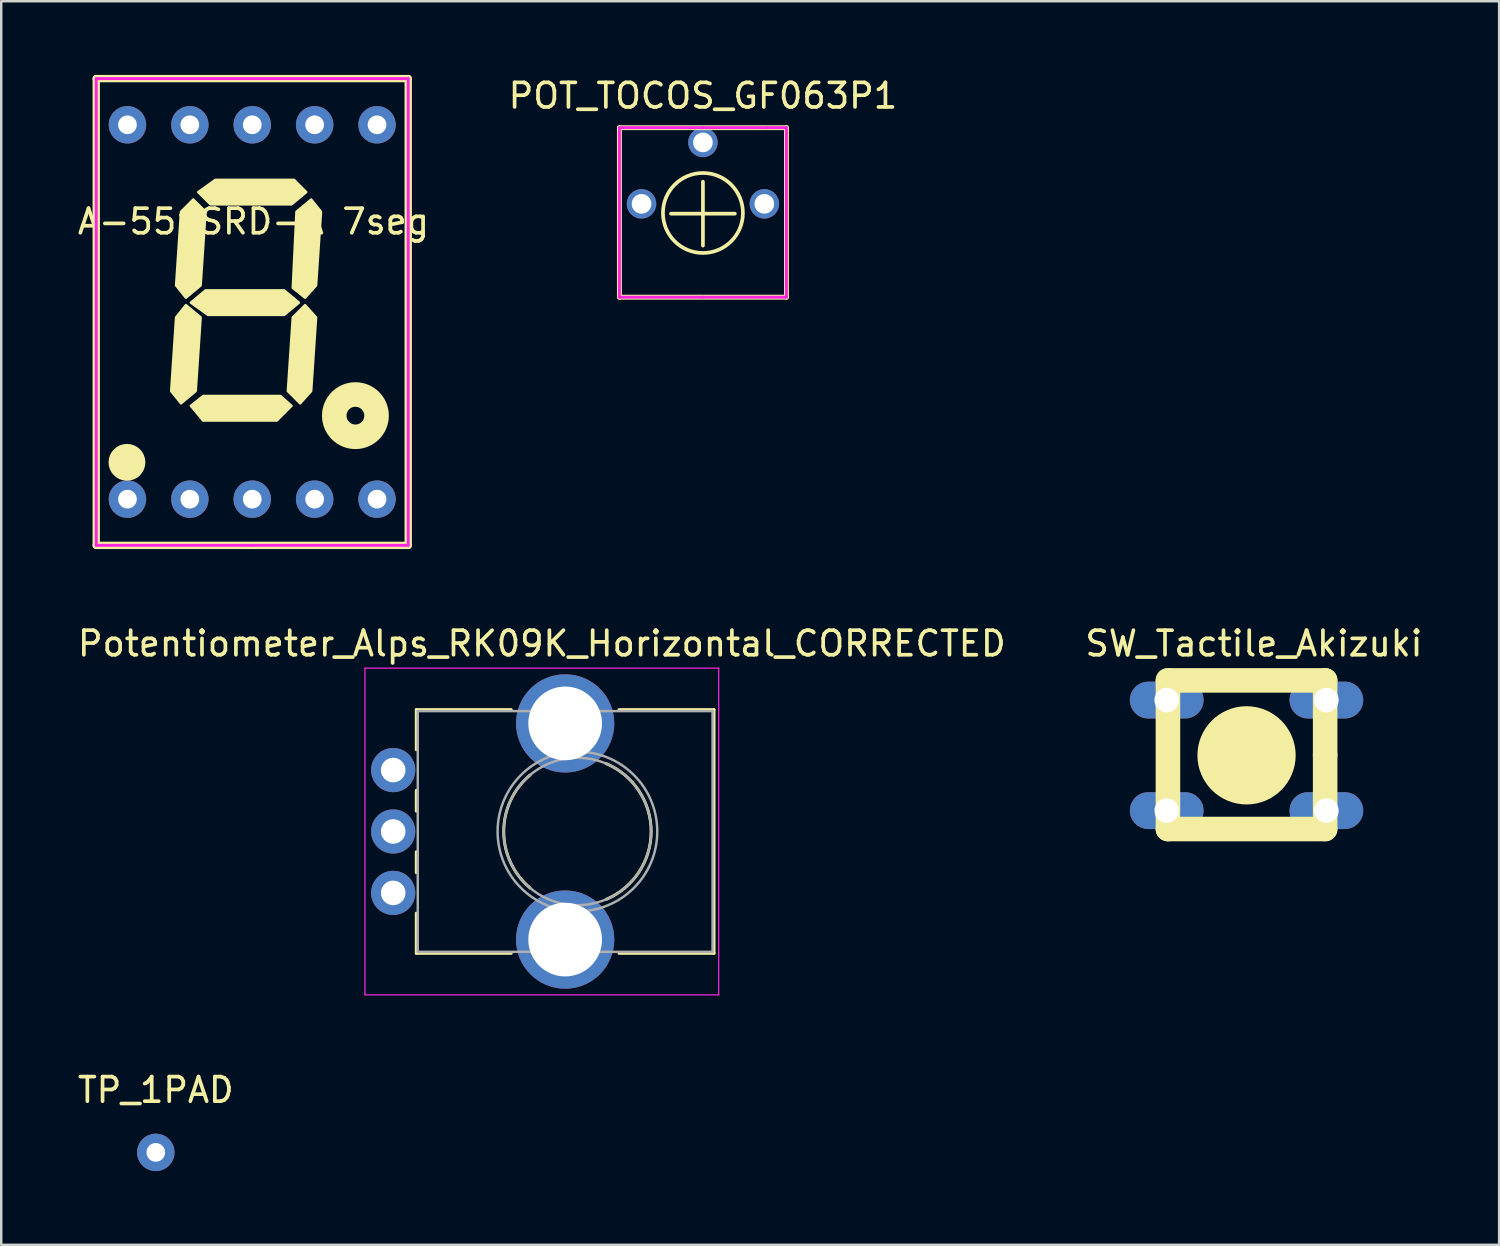
<source format=kicad_pcb>
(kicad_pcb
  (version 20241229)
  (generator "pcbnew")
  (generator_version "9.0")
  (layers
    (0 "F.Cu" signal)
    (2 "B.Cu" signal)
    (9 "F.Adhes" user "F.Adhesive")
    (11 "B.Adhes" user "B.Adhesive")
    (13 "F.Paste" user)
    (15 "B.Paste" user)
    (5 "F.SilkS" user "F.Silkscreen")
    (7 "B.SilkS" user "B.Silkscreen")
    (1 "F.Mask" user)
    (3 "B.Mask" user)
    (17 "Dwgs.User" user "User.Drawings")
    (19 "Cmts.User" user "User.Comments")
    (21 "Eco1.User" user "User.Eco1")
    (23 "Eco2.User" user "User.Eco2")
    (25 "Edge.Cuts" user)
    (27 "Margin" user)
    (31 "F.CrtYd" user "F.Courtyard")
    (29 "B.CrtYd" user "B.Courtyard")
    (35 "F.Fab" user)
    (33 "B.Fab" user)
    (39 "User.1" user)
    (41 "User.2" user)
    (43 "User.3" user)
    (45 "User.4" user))
  (footprint "POT_TOCOS_GF063P1"
    (layer "F.Cu")
    (at 25.565 5.248)
    (property "Reference" "POT_TOCOS_GF063P1" (at 0 -4.4 0) (layer "F.SilkS") (effects (font (size 1 1) (thickness 0.15))))
    (attr through_hole)
    (fp_line (start -3.4 -3.1) (end -3.4 3.8) (stroke (width 0.2) (type solid)) (layer "F.SilkS"))
    (fp_line (start -3.4 3.8) (end 3.4 3.8) (stroke (width 0.2) (type solid)) (layer "F.SilkS"))
    (fp_line (start -1.3 0.4) (end 1.3 0.4) (stroke (width 0.15) (type solid)) (layer "F.SilkS"))
    (fp_line (start 0 -0.9) (end 0 1.7) (stroke (width 0.15) (type solid)) (layer "F.SilkS"))
    (fp_line (start 3.4 -3.1) (end -3.4 -3.1) (stroke (width 0.2) (type solid)) (layer "F.SilkS"))
    (fp_line (start 3.4 3.8) (end 3.4 -3.1) (stroke (width 0.2) (type solid)) (layer "F.SilkS"))
    (fp_circle (center 0 0.372) (end 1.1 1.572) (stroke (width 0.15) (type solid)) (fill no) (layer "F.SilkS"))
    (fp_line (start -3.4 -3.1) (end -3.4 -3) (stroke (width 0.12) (type solid)) (layer "F.CrtYd"))
    (fp_line (start -3.4 3.8) (end -3.4 -3) (stroke (width 0.12) (type solid)) (layer "F.CrtYd"))
    (fp_line (start 0 -3.1) (end -3.4 -3.1) (stroke (width 0.12) (type solid)) (layer "F.CrtYd"))
    (fp_line (start 0 -3.1) (end 2.6 -3.1) (stroke (width 0.12) (type solid)) (layer "F.CrtYd"))
    (fp_line (start 0 3.8) (end -3.4 3.8) (stroke (width 0.12) (type solid)) (layer "F.CrtYd"))
    (fp_line (start 3.4 -3.1) (end 2.6 -3.1) (stroke (width 0.12) (type solid)) (layer "F.CrtYd"))
    (fp_line (start 3.4 0) (end 3.4 -3.1) (stroke (width 0.12) (type solid)) (layer "F.CrtYd"))
    (fp_line (start 3.4 0) (end 3.4 3.8) (stroke (width 0.12) (type solid)) (layer "F.CrtYd"))
    (fp_line (start 3.4 3.8) (end 0 3.8) (stroke (width 0.12) (type solid)) (layer "F.CrtYd"))
    (pad "1" thru_hole circle (at -2.5 0) (size 1.2 1.2) (drill 0.8) (layers "*.Cu" "*.Mask"))
    (pad "2" thru_hole circle (at 0 -2.5) (size 1.2 1.2) (drill 0.8) (layers "*.Cu" "*.Mask"))
    (pad "3" thru_hole circle (at 2.5 0) (size 1.2 1.2) (drill 0.8) (layers "*.Cu" "*.Mask")))
  (footprint "TP_1PAD"
    (layer "F.Cu")
    (at 3.292 43.861)
    (property "Reference" "TP_1PAD" (at 0 -2.54 0) (layer "F.SilkS") (effects (font (size 1 1) (thickness 0.15))))
    (attr through_hole)
    (pad "1" thru_hole circle (at 0 0) (size 1.524 1.524) (drill 0.762) (layers "*.Cu" "*.Mask")))
  (footprint "A-551SRD-A 7seg"
    (layer "F.Cu")
    (at 7.218 17.27)
    (property "Reference" "A-551SRD-A 7seg" (at 0.05 -11.3 0) (layer "F.SilkS") (effects (font (size 1 1) (thickness 0.15))))
    (attr through_hole)
    (fp_line (start -6.35 -17.12) (end -6.35 1.88) (stroke (width 0.3) (type solid)) (layer "F.SilkS"))
    (fp_line (start -6.35 1.88) (end 6.35 1.88) (stroke (width 0.3) (type solid)) (layer "F.SilkS"))
    (fp_line (start 6.35 -17.12) (end -6.35 -17.12) (stroke (width 0.3) (type solid)) (layer "F.SilkS"))
    (fp_line (start 6.35 -17.12) (end 6.35 1.88) (stroke (width 0.3) (type solid)) (layer "F.SilkS"))
    (fp_circle (center -5.1 -1.5) (end -5.1 -1.5) (stroke (width 0.75) (type solid)) (fill no) (layer "F.SilkS"))
    (fp_circle (center 4.2 -3.4) (end 4.561 -3.4) (stroke (width 1) (type solid)) (fill no) (layer "F.SilkS"))
    (fp_poly (pts (xy -3.3 -4.4) (xy -2.9 -3.9) (xy -2.3 -4.4) (xy -2.1 -7.4) (xy -2.7 -7.9) (xy -3.1 -7.4)) (stroke (width 0.1) (type solid)) (fill yes) (layer "F.SilkS"))
    (fp_poly (pts (xy -3.1 -8.7) (xy -2.7 -8.2) (xy -2.1 -8.7) (xy -1.9 -11.7) (xy -2.4 -12.2) (xy -2.9 -11.7)) (stroke (width 0.1) (type solid)) (fill yes) (layer "F.SilkS"))
    (fp_poly (pts (xy -2 -4.2) (xy -2.5 -3.8) (xy -2 -3.2) (xy 1 -3.2) (xy 1.6 -3.8) (xy 1.15 -4.2)) (stroke (width 0.1) (type solid)) (fill yes) (layer "F.SilkS"))
    (fp_poly (pts (xy -1.9 -8.5) (xy -2.5 -8) (xy -1.8 -7.5) (xy 1.3 -7.5) (xy 1.9 -8) (xy 1.3 -8.5)) (stroke (width 0.1) (type solid)) (fill yes) (layer "F.SilkS"))
    (fp_poly (pts (xy -1.5 -13) (xy -2.2 -12.5) (xy -1.7 -12) (xy 1.6 -12) (xy 2.2 -12.5) (xy 1.7 -13)) (stroke (width 0.1) (type solid)) (fill yes) (layer "F.SilkS"))
    (fp_poly (pts (xy 1.45 -4.4) (xy 1.95 -3.9) (xy 2.4 -4.4) (xy 2.6 -7.4) (xy 2.15 -7.9) (xy 1.65 -7.4)) (stroke (width 0.1) (type solid)) (fill yes) (layer "F.SilkS"))
    (fp_poly (pts (xy 2.8 -11.7) (xy 2.4 -12.2) (xy 1.8 -11.7) (xy 1.65 -8.6) (xy 2.15 -8.2) (xy 2.6 -8.7)) (stroke (width 0.1) (type solid)) (fill yes) (layer "F.SilkS"))
    (fp_line (start -6.35 -17.12) (end 6.35 -17.12) (stroke (width 0.12) (type solid)) (layer "F.CrtYd"))
    (fp_line (start -6.35 1.88) (end -6.35 -17.12) (stroke (width 0.12) (type solid)) (layer "F.CrtYd"))
    (fp_line (start 0 1.88) (end -6.35 1.88) (stroke (width 0.12) (type solid)) (layer "F.CrtYd"))
    (fp_line (start 0 1.88) (end 6.35 1.88) (stroke (width 0.12) (type solid)) (layer "F.CrtYd"))
    (fp_line (start 6.35 -17.12) (end 6.35 1.88) (stroke (width 0.12) (type solid)) (layer "F.CrtYd"))
    (pad "1" thru_hole circle (at -5.08 0) (size 1.524 1.524) (drill 0.762) (layers "*.Cu" "*.Mask"))
    (pad "2" thru_hole circle (at -2.54 0) (size 1.524 1.524) (drill 0.762) (layers "*.Cu" "*.Mask"))
    (pad "3/8" thru_hole circle (at 0 -15.24) (size 1.524 1.524) (drill 0.762) (layers "*.Cu" "*.Mask"))
    (pad "3/8" thru_hole circle (at 0 0) (size 1.524 1.524) (drill 0.762) (layers "*.Cu" "*.Mask"))
    (pad "4" thru_hole circle (at 2.54 0) (size 1.524 1.524) (drill 0.762) (layers "*.Cu" "*.Mask"))
    (pad "5" thru_hole circle (at 5.08 0) (size 1.524 1.524) (drill 0.762) (layers "*.Cu" "*.Mask"))
    (pad "6" thru_hole circle (at 5.08 -15.24) (size 1.524 1.524) (drill 0.762) (layers "*.Cu" "*.Mask"))
    (pad "7" thru_hole circle (at 2.54 -15.24) (size 1.524 1.524) (drill 0.762) (layers "*.Cu" "*.Mask"))
    (pad "9" thru_hole circle (at -2.54 -15.24) (size 1.524 1.524) (drill 0.762) (layers "*.Cu" "*.Mask"))
    (pad "10" thru_hole circle (at -5.08 -15.24) (size 1.524 1.524) (drill 0.762) (layers "*.Cu" "*.Mask")))
  (footprint "Potentiometer_Alps_RK09K_Horizontal_CORRECTED"
    (layer "F.Cu")
    (at 12.956 33.298)
    (property "Reference" "Potentiometer_Alps_RK09K_Horizontal_CORRECTED" (at 6.05 -10.15 0) (layer "F.SilkS") (effects (font (size 1 1) (thickness 0.15))))
    (attr through_hole)
    (fp_line (start 0.94 -7.461) (end 0.94 -5.825) (stroke (width 0.12) (type solid)) (layer "F.SilkS"))
    (fp_line (start 0.94 -7.461) (end 4.806 -7.461) (stroke (width 0.12) (type solid)) (layer "F.SilkS"))
    (fp_line (start 0.94 -4.175) (end 0.94 -3.325) (stroke (width 0.12) (type solid)) (layer "F.SilkS"))
    (fp_line (start 0.94 -1.675) (end 0.94 -0.825) (stroke (width 0.12) (type solid)) (layer "F.SilkS"))
    (fp_line (start 0.94 0.825) (end 0.94 2.46) (stroke (width 0.12) (type solid)) (layer "F.SilkS"))
    (fp_line (start 0.94 2.46) (end 4.806 2.46) (stroke (width 0.12) (type solid)) (layer "F.SilkS"))
    (fp_line (start 9.195 -7.461) (end 13.06 -7.461) (stroke (width 0.12) (type solid)) (layer "F.SilkS"))
    (fp_line (start 9.195 2.46) (end 13.06 2.46) (stroke (width 0.12) (type solid)) (layer "F.SilkS"))
    (fp_line (start 13.06 -7.461) (end 13.06 2.46) (stroke (width 0.12) (type solid)) (layer "F.SilkS"))
    (fp_arc (start 5.571705 -0.202247) (mid 4.500335 -2.500192) (end 5.572 -4.798) (stroke (width 0.12) (type solid)) (layer "F.SilkS"))
    (fp_arc (start 8.671982 -5.262432) (mid 10.500762 -2.500553) (end 8.673 0.262) (stroke (width 0.12) (type solid)) (layer "F.SilkS"))
    (fp_line (start -1.15 -9.15) (end -1.15 4.15) (stroke (width 0.05) (type solid)) (layer "F.CrtYd"))
    (fp_line (start -1.15 4.15) (end 13.25 4.15) (stroke (width 0.05) (type solid)) (layer "F.CrtYd"))
    (fp_line (start 13.25 -9.15) (end -1.15 -9.15) (stroke (width 0.05) (type solid)) (layer "F.CrtYd"))
    (fp_line (start 13.25 4.15) (end 13.25 -9.15) (stroke (width 0.05) (type solid)) (layer "F.CrtYd"))
    (fp_line (start 1 -7.4) (end 1 2.4) (stroke (width 0.1) (type solid)) (layer "F.Fab"))
    (fp_line (start 1 2.4) (end 13 2.4) (stroke (width 0.1) (type solid)) (layer "F.Fab"))
    (fp_line (start 13 -7.4) (end 1 -7.4) (stroke (width 0.1) (type solid)) (layer "F.Fab"))
    (fp_line (start 13 2.4) (end 13 -7.4) (stroke (width 0.1) (type solid)) (layer "F.Fab"))
    (fp_circle (center 7.5 -2.5) (end 10.5 -2.5) (stroke (width 0.1) (type solid)) (fill no) (layer "F.Fab"))
    (fp_circle (center 7.5 -2.5) (end 10.75 -2.5) (stroke (width 0.1) (type solid)) (fill no) (layer "F.Fab"))
    (pad "0" thru_hole circle (at 7 -6.9) (size 4 4) (drill 3) (layers "*.Cu" "*.Mask"))
    (pad "0" thru_hole circle (at 7 1.9) (size 4 4) (drill 3) (layers "*.Cu" "*.Mask"))
    (pad "1" thru_hole circle (at 0 -5) (size 1.8 1.8) (drill 1) (layers "*.Cu" "*.Mask"))
    (pad "2" thru_hole circle (at 0 -2.5) (size 1.8 1.8) (drill 1) (layers "*.Cu" "*.Mask"))
    (pad "3" thru_hole circle (at 0 0) (size 1.8 1.8) (drill 1) (layers "*.Cu" "*.Mask")))
  (footprint "SW_Tactile_Akizuki"
    (layer "F.Cu")
    (at 47.694 25.448)
    (property "Reference" "SW_Tactile_Akizuki" (at 0.3 -2.3 0) (layer "F.SilkS") (effects (font (size 1 1) (thickness 0.15))))
    (attr through_hole)
    (fp_line (start -3.2 -0.8) (end -3.2 5.25) (stroke (width 1) (type solid)) (layer "F.SilkS"))
    (fp_line (start -3.2 5.25) (end 3.2 5.25) (stroke (width 1) (type solid)) (layer "F.SilkS"))
    (fp_line (start 3.2 -0.8) (end -3.2 -0.8) (stroke (width 1) (type solid)) (layer "F.SilkS"))
    (fp_line (start 3.2 2.25) (end 3.2 -0.8) (stroke (width 1) (type solid)) (layer "F.SilkS"))
    (fp_line (start 3.2 5.25) (end 3.2 2.25) (stroke (width 1) (type solid)) (layer "F.SilkS"))
    (fp_circle (center 0 2.25) (end 1 2.25) (stroke (width 2) (type solid)) (fill no) (layer "F.SilkS"))
    (pad "1" thru_hole oval (at -3.25 0) (size 3 1.5) (drill 1) (layers "*.Cu" "*.Mask"))
    (pad "1" thru_hole oval (at 3.25 0) (size 3 1.5) (drill 1) (layers "*.Cu" "*.Mask"))
    (pad "2" thru_hole oval (at -3.25 4.5) (size 3 1.5) (drill 1) (layers "*.Cu" "*.Mask"))
    (pad "2" thru_hole oval (at 3.25 4.5) (size 3 1.5) (drill 1) (layers "*.Cu" "*.Mask")))
  (gr_rect
    (start -3 -3)
    (end 57.976 47.623)
    (stroke (width 0.1) (type default))
    (fill no)
    (layer "Edge.Cuts")))
</source>
